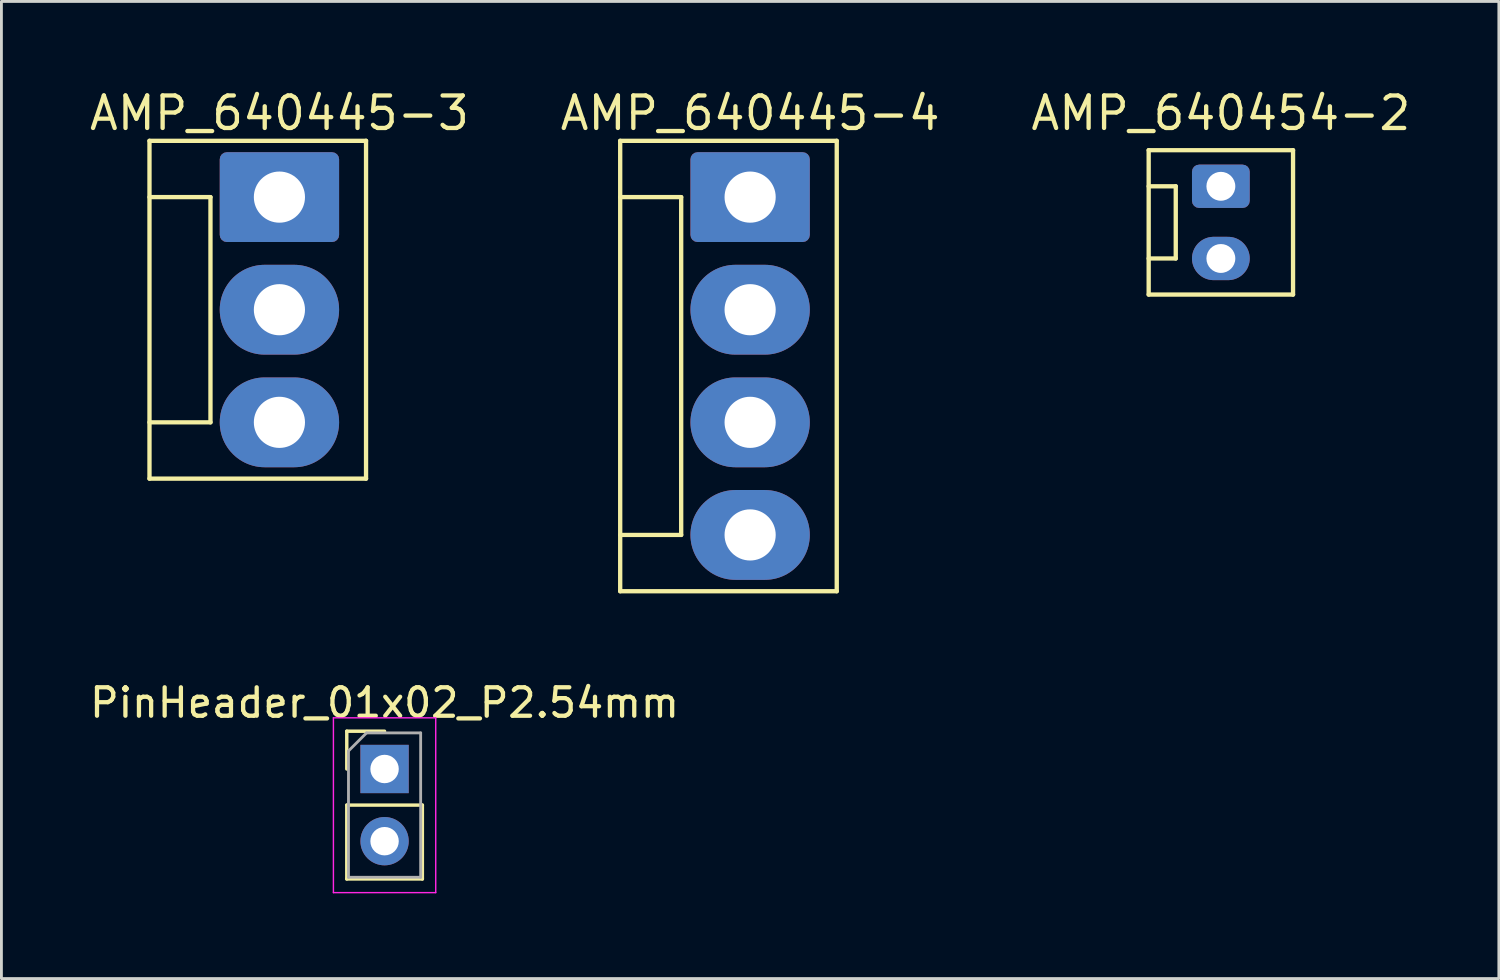
<source format=kicad_pcb>
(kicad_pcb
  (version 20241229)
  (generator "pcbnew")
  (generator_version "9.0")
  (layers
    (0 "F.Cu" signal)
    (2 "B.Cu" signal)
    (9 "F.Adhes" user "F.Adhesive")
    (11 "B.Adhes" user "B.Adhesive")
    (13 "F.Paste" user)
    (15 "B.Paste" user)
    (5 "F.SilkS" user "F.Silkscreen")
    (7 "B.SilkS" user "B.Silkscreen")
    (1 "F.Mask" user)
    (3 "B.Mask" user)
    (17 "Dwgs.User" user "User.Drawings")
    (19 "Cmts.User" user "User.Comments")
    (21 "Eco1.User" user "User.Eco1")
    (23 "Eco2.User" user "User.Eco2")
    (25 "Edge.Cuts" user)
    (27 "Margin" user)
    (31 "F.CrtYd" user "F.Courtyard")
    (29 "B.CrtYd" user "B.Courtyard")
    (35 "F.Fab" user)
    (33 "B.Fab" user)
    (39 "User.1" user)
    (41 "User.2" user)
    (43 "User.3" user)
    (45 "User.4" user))
  (footprint "PinHeader_01x02_P2.54mm"
    (layer "F.Cu")
    (at 10.482 24.009)
    (property "Reference" "PinHeader_01x02_P2.54mm" (at 0 -2.33 0) (layer "F.SilkS") (effects (font (size 1 1) (thickness 0.15))))
    (attr through_hole)
    (fp_line (start -1.33 -1.33) (end 0 -1.33) (stroke (width 0.12) (type solid)) (layer "F.SilkS"))
    (fp_line (start -1.33 0) (end -1.33 -1.33) (stroke (width 0.12) (type solid)) (layer "F.SilkS"))
    (fp_line (start -1.33 1.27) (end -1.33 3.87) (stroke (width 0.12) (type solid)) (layer "F.SilkS"))
    (fp_line (start -1.33 1.27) (end 1.33 1.27) (stroke (width 0.12) (type solid)) (layer "F.SilkS"))
    (fp_line (start -1.33 3.87) (end 1.33 3.87) (stroke (width 0.12) (type solid)) (layer "F.SilkS"))
    (fp_line (start 1.33 1.27) (end 1.33 3.87) (stroke (width 0.12) (type solid)) (layer "F.SilkS"))
    (fp_line (start -1.8 -1.8) (end -1.8 4.35) (stroke (width 0.05) (type solid)) (layer "F.CrtYd"))
    (fp_line (start -1.8 4.35) (end 1.8 4.35) (stroke (width 0.05) (type solid)) (layer "F.CrtYd"))
    (fp_line (start 1.8 -1.8) (end -1.8 -1.8) (stroke (width 0.05) (type solid)) (layer "F.CrtYd"))
    (fp_line (start 1.8 4.35) (end 1.8 -1.8) (stroke (width 0.05) (type solid)) (layer "F.CrtYd"))
    (fp_line (start -1.27 -0.635) (end -0.635 -1.27) (stroke (width 0.1) (type solid)) (layer "F.Fab"))
    (fp_line (start -1.27 3.81) (end -1.27 -0.635) (stroke (width 0.1) (type solid)) (layer "F.Fab"))
    (fp_line (start -0.635 -1.27) (end 1.27 -1.27) (stroke (width 0.1) (type solid)) (layer "F.Fab"))
    (fp_line (start 1.27 -1.27) (end 1.27 3.81) (stroke (width 0.1) (type solid)) (layer "F.Fab"))
    (fp_line (start 1.27 3.81) (end -1.27 3.81) (stroke (width 0.1) (type solid)) (layer "F.Fab"))
    (pad "1" thru_hole rect (at 0 0) (size 1.7 1.7) (drill 1) (layers "*.Cu" "*.Mask"))
    (pad "2" thru_hole oval (at 0 2.54) (size 1.7 1.7) (drill 1) (layers "*.Cu" "*.Mask")))
  (footprint "AMP_640445-4"
    (layer "F.Cu")
    (at 23.345 3.886)
    (property "Reference" "AMP_640445-4" (at 0 -2.286 0) (layer "F.SilkS") (effects (font (size 1.143 1.143) (thickness 0.152)) (justify bottom)))
    (fp_line (start -4.572 -1.981) (end -4.572 13.868) (stroke (width 0.152) (type solid)) (layer "F.SilkS"))
    (fp_line (start -4.572 -1.981) (end 3.048 -1.981) (stroke (width 0.152) (type solid)) (layer "F.SilkS"))
    (fp_line (start -4.572 11.887) (end -2.426 11.887) (stroke (width 0.152) (type solid)) (layer "F.SilkS"))
    (fp_line (start -2.426 0) (end -4.572 0) (stroke (width 0.152) (type solid)) (layer "F.SilkS"))
    (fp_line (start -2.426 0) (end -2.426 11.887) (stroke (width 0.152) (type solid)) (layer "F.SilkS"))
    (fp_line (start 3.048 13.868) (end -4.572 13.868) (stroke (width 0.152) (type solid)) (layer "F.SilkS"))
    (fp_line (start 3.048 13.868) (end 3.048 -1.981) (stroke (width 0.152) (type solid)) (layer "F.SilkS"))
    (pad "1" thru_hole roundrect (at 0 0 90) (size 3.16 4.2) (drill 1.8) (layers "*.Cu" "*.Mask") (roundrect_rratio 0.079))
    (pad "2" thru_hole oval (at 0 3.962 90) (size 3.16 4.2) (drill 1.8) (layers "*.Cu" "*.Mask"))
    (pad "3" thru_hole oval (at 0 7.925 90) (size 3.16 4.2) (drill 1.8) (layers "*.Cu" "*.Mask"))
    (pad "4" thru_hole oval (at 0 11.887 90) (size 3.16 4.2) (drill 1.8) (layers "*.Cu" "*.Mask")))
  (footprint "AMP_640445-3"
    (layer "F.Cu")
    (at 6.782 3.886)
    (property "Reference" "AMP_640445-3" (at 0 -2.286 0) (layer "F.SilkS") (effects (font (size 1.143 1.143) (thickness 0.152)) (justify bottom)))
    (fp_line (start -4.572 -1.981) (end -4.572 9.906) (stroke (width 0.152) (type solid)) (layer "F.SilkS"))
    (fp_line (start -4.572 -1.981) (end 3.048 -1.981) (stroke (width 0.152) (type solid)) (layer "F.SilkS"))
    (fp_line (start -4.572 7.925) (end -2.426 7.925) (stroke (width 0.152) (type solid)) (layer "F.SilkS"))
    (fp_line (start -2.426 0) (end -4.572 0) (stroke (width 0.152) (type solid)) (layer "F.SilkS"))
    (fp_line (start -2.426 0) (end -2.426 7.925) (stroke (width 0.152) (type solid)) (layer "F.SilkS"))
    (fp_line (start 3.048 9.906) (end -4.572 9.906) (stroke (width 0.152) (type solid)) (layer "F.SilkS"))
    (fp_line (start 3.048 9.906) (end 3.048 -1.981) (stroke (width 0.152) (type solid)) (layer "F.SilkS"))
    (pad "1" thru_hole roundrect (at 0 0 90) (size 3.16 4.2) (drill 1.8) (layers "*.Cu" "*.Mask") (roundrect_rratio 0.079))
    (pad "2" thru_hole oval (at 0 3.962 90) (size 3.16 4.2) (drill 1.8) (layers "*.Cu" "*.Mask"))
    (pad "3" thru_hole oval (at 0 7.925 90) (size 3.16 4.2) (drill 1.8) (layers "*.Cu" "*.Mask")))
  (footprint "AMP_640454-2"
    (layer "F.Cu")
    (at 39.909 3.505)
    (property "Reference" "AMP_640454-2" (at 0 -1.905 0) (layer "F.SilkS") (effects (font (size 1.143 1.143) (thickness 0.152)) (justify bottom)))
    (fp_line (start -2.54 -1.27) (end -2.54 3.81) (stroke (width 0.152) (type solid)) (layer "F.SilkS"))
    (fp_line (start -2.54 -1.27) (end 2.54 -1.27) (stroke (width 0.152) (type solid)) (layer "F.SilkS"))
    (fp_line (start -2.54 2.54) (end -1.587 2.54) (stroke (width 0.152) (type solid)) (layer "F.SilkS"))
    (fp_line (start -1.587 0) (end -2.54 0) (stroke (width 0.152) (type solid)) (layer "F.SilkS"))
    (fp_line (start -1.587 0) (end -1.587 2.54) (stroke (width 0.152) (type solid)) (layer "F.SilkS"))
    (fp_line (start 2.54 3.81) (end -2.54 3.81) (stroke (width 0.152) (type solid)) (layer "F.SilkS"))
    (fp_line (start 2.54 3.81) (end 2.54 -1.27) (stroke (width 0.152) (type solid)) (layer "F.SilkS"))
    (pad "1" thru_hole roundrect (at 0 0 90) (size 1.524 2.032) (drill 1.016) (layers "*.Cu" "*.Mask") (roundrect_rratio 0.164))
    (pad "2" thru_hole oval (at 0 2.54 90) (size 1.524 2.032) (drill 1.016) (layers "*.Cu" "*.Mask")))
  (gr_rect
    (start -3 -3)
    (end 49.691 31.384)
    (stroke (width 0.1) (type default))
    (fill no)
    (layer "Edge.Cuts")))
</source>
